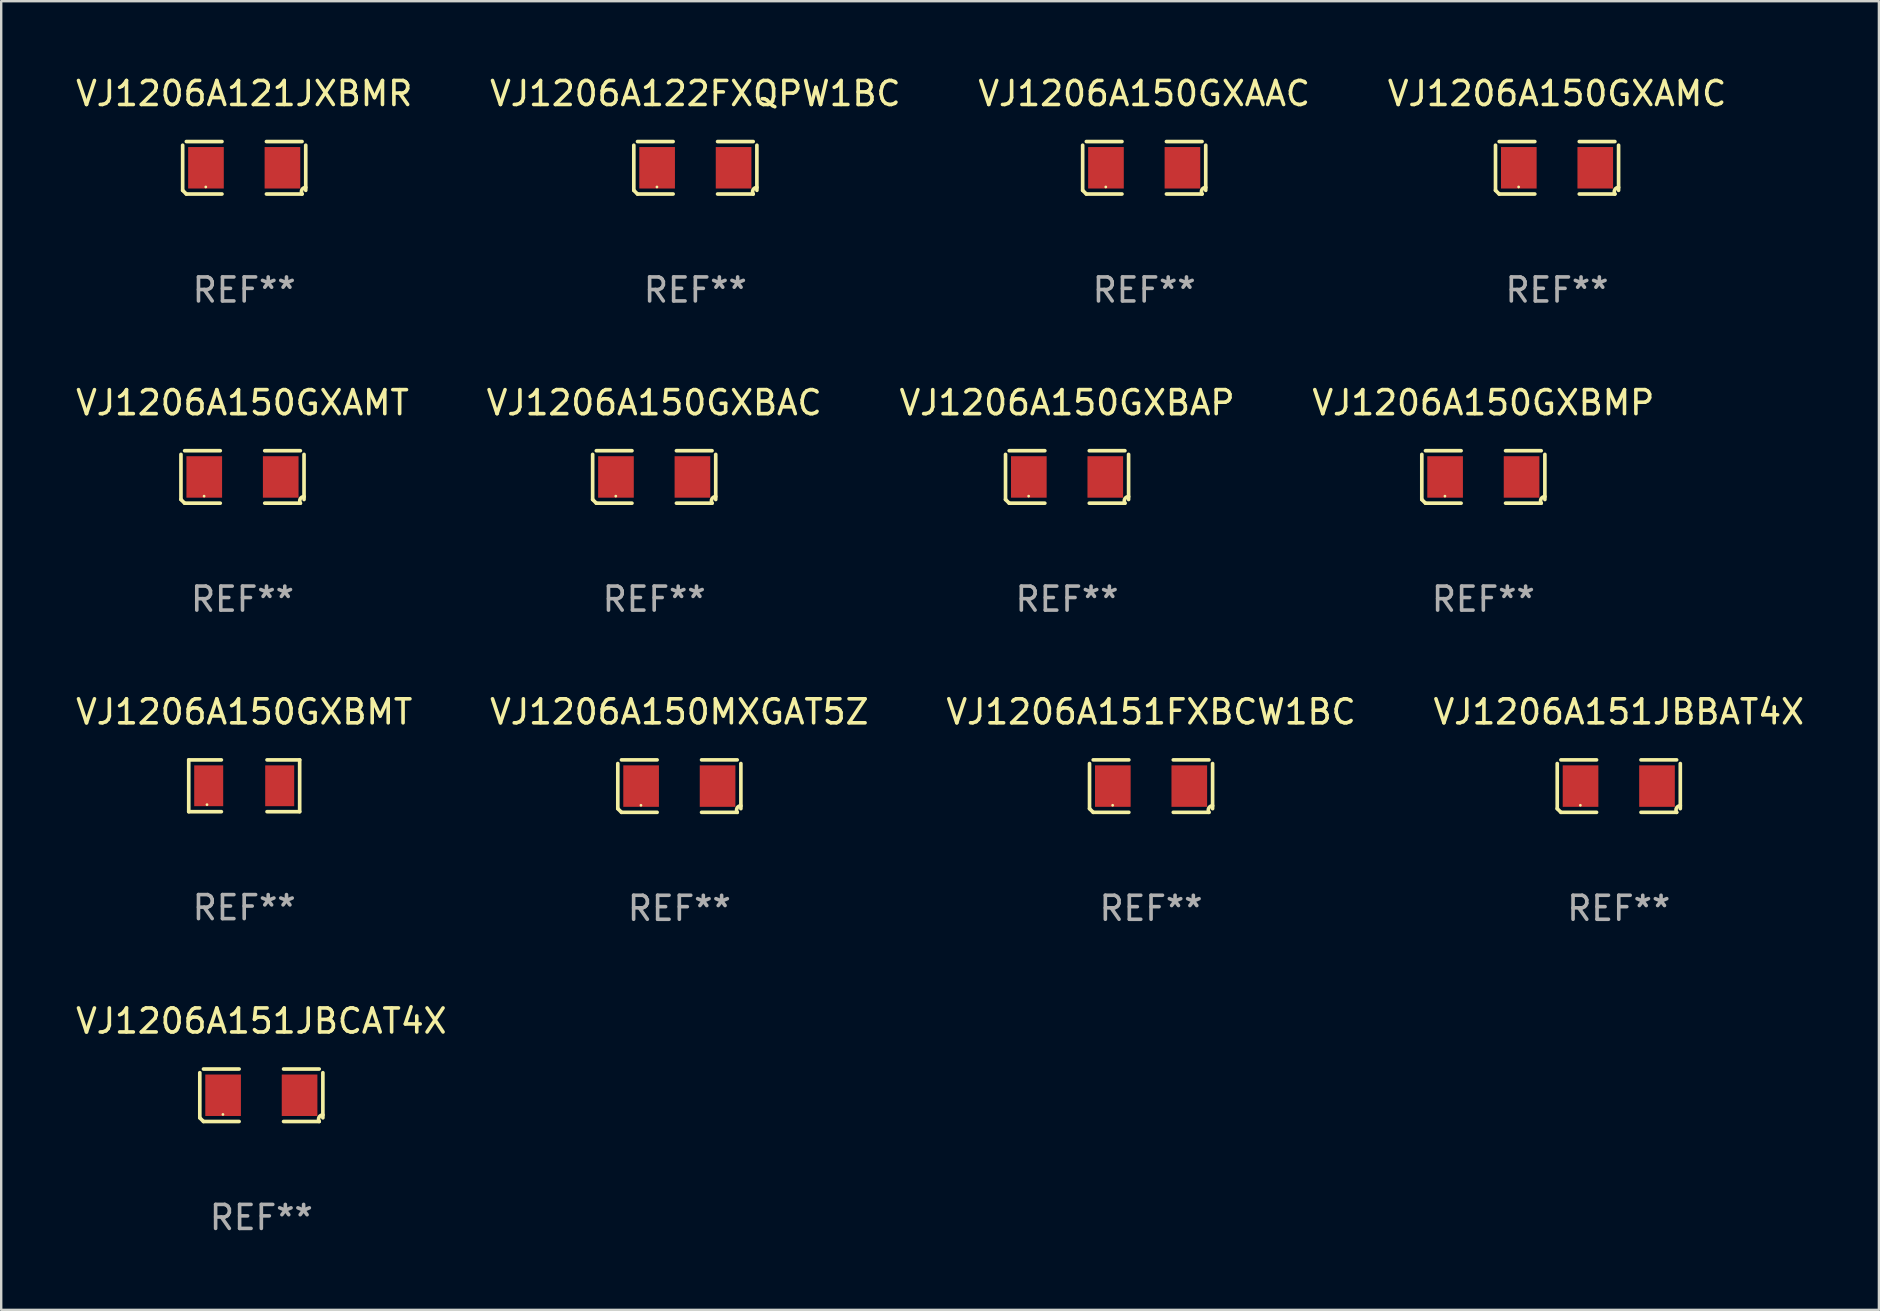
<source format=kicad_pcb>
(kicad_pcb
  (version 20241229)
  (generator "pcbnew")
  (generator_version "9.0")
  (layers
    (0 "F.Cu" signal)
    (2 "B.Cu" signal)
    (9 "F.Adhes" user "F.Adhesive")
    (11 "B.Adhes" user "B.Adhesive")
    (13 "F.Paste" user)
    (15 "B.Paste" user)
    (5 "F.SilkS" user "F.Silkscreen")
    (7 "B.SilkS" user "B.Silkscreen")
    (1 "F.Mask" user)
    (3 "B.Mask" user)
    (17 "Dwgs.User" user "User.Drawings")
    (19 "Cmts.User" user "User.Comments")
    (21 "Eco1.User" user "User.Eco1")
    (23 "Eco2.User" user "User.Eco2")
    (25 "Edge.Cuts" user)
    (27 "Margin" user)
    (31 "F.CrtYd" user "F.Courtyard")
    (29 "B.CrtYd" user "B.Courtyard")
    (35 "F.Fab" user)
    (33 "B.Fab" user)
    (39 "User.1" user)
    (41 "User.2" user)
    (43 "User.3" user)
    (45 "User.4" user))
  (footprint "VJ1206A150GXBMT"
    (layer "F.Cu")
    (at 7.125 29.691)
    (property "Reference" "VJ1206A150GXBMT" (at 0 -3.079 0) (layer "F.SilkS") (effects (font (size 1 1) (thickness 0.15))))
    (attr through_hole)
    (fp_line (start -2.311 -1.079) (end -0.951 -1.079) (stroke (width 0.152) (type solid)) (layer "F.SilkS"))
    (fp_line (start -2.311 1.079) (end -2.311 -1.079) (stroke (width 0.152) (type solid)) (layer "F.SilkS"))
    (fp_line (start -0.951 1.079) (end -2.311 1.079) (stroke (width 0.152) (type solid)) (layer "F.SilkS"))
    (fp_line (start 0.951 1.079) (end 2.311 1.079) (stroke (width 0.152) (type solid)) (layer "F.SilkS"))
    (fp_line (start 2.311 -1.079) (end 0.951 -1.079) (stroke (width 0.152) (type solid)) (layer "F.SilkS"))
    (fp_line (start 2.311 1.079) (end 2.311 -1.079) (stroke (width 0.152) (type solid)) (layer "F.SilkS"))
    (fp_circle (center -1.55 0.787) (end -1.52 0.787) (stroke (width 0.06) (type solid)) (fill no) (layer "F.SilkS"))
    (fp_text user "REF**" (at 0 5.079 0) (layer "F.Fab") (effects (font (size 1 1) (thickness 0.15))))
    (pad "1" smd rect (at -1.479 0) (size 1.208 1.701) (layers "F.Cu" "F.Mask" "F.Paste"))
    (pad "2" smd rect (at 1.479 0) (size 1.208 1.701) (layers "F.Cu" "F.Mask" "F.Paste")))
  (footprint "VJ1206A150GXAMT"
    (layer "F.Cu")
    (at 7.054 16.823)
    (property "Reference" "VJ1206A150GXAMT" (at 0 -3.093 0) (layer "F.SilkS") (effects (font (size 1 1) (thickness 0.15))))
    (attr through_hole)
    (fp_line (start -2.564 0.94) (end -2.564 -0.94) (stroke (width 0.152) (type solid)) (layer "F.SilkS"))
    (fp_line (start -2.411 -1.093) (end -0.926 -1.093) (stroke (width 0.152) (type solid)) (layer "F.SilkS"))
    (fp_line (start -0.926 1.093) (end -2.411 1.093) (stroke (width 0.152) (type solid)) (layer "F.SilkS"))
    (fp_line (start 0.926 1.093) (end 2.411 1.093) (stroke (width 0.152) (type solid)) (layer "F.SilkS"))
    (fp_line (start 2.411 -1.093) (end 0.926 -1.093) (stroke (width 0.152) (type solid)) (layer "F.SilkS"))
    (fp_line (start 2.564 0.94) (end 2.564 -0.94) (stroke (width 0.152) (type solid)) (layer "F.SilkS"))
    (fp_arc (start -2.411201 1.092609) (mid -2.487413 1.01642) (end -2.563602 0.940208) (stroke (width 0.1524) (type solid)) (layer "F.SilkS"))
    (fp_arc (start 2.411201 1.092609) (mid 2.407159 0.911226) (end 2.563602 0.819347) (stroke (width 0.1524) (type solid)) (layer "F.SilkS"))
    (fp_circle (center -1.6 0.8) (end -1.57 0.8) (stroke (width 0.06) (type solid)) (fill no) (layer "F.SilkS"))
    (fp_text user "REF**" (at 0 5.093 0) (layer "F.Fab") (effects (font (size 1 1) (thickness 0.15))))
    (pad "1" smd rect (at -1.593 0) (size 1.485 1.728) (layers "F.Cu" "F.Mask" "F.Paste"))
    (pad "2" smd rect (at 1.593 0) (size 1.485 1.728) (layers "F.Cu" "F.Mask" "F.Paste")))
  (footprint "VJ1206A121JXBMR"
    (layer "F.Cu")
    (at 7.125 3.941)
    (property "Reference" "VJ1206A121JXBMR" (at 0 -3.093 0) (layer "F.SilkS") (effects (font (size 1 1) (thickness 0.15))))
    (attr through_hole)
    (fp_line (start -2.564 0.94) (end -2.564 -0.94) (stroke (width 0.152) (type solid)) (layer "F.SilkS"))
    (fp_line (start -2.411 -1.093) (end -0.926 -1.093) (stroke (width 0.152) (type solid)) (layer "F.SilkS"))
    (fp_line (start -0.926 1.093) (end -2.411 1.093) (stroke (width 0.152) (type solid)) (layer "F.SilkS"))
    (fp_line (start 0.926 1.093) (end 2.411 1.093) (stroke (width 0.152) (type solid)) (layer "F.SilkS"))
    (fp_line (start 2.411 -1.093) (end 0.926 -1.093) (stroke (width 0.152) (type solid)) (layer "F.SilkS"))
    (fp_line (start 2.564 0.94) (end 2.564 -0.94) (stroke (width 0.152) (type solid)) (layer "F.SilkS"))
    (fp_arc (start -2.411201 1.092609) (mid -2.487413 1.01642) (end -2.563602 0.940208) (stroke (width 0.1524) (type solid)) (layer "F.SilkS"))
    (fp_arc (start 2.411201 1.092609) (mid 2.407159 0.911226) (end 2.563602 0.819347) (stroke (width 0.1524) (type solid)) (layer "F.SilkS"))
    (fp_circle (center -1.6 0.8) (end -1.57 0.8) (stroke (width 0.06) (type solid)) (fill no) (layer "F.SilkS"))
    (fp_text user "REF**" (at 0 5.093 0) (layer "F.Fab") (effects (font (size 1 1) (thickness 0.15))))
    (pad "1" smd rect (at -1.593 0) (size 1.485 1.728) (layers "F.Cu" "F.Mask" "F.Paste"))
    (pad "2" smd rect (at 1.593 0) (size 1.485 1.728) (layers "F.Cu" "F.Mask" "F.Paste")))
  (footprint "VJ1206A150GXBAP"
    (layer "F.Cu")
    (at 41.411 16.823)
    (property "Reference" "VJ1206A150GXBAP" (at 0 -3.093 0) (layer "F.SilkS") (effects (font (size 1 1) (thickness 0.15))))
    (attr through_hole)
    (fp_line (start -2.564 0.94) (end -2.564 -0.94) (stroke (width 0.152) (type solid)) (layer "F.SilkS"))
    (fp_line (start -2.411 -1.093) (end -0.926 -1.093) (stroke (width 0.152) (type solid)) (layer "F.SilkS"))
    (fp_line (start -0.926 1.093) (end -2.411 1.093) (stroke (width 0.152) (type solid)) (layer "F.SilkS"))
    (fp_line (start 0.926 1.093) (end 2.411 1.093) (stroke (width 0.152) (type solid)) (layer "F.SilkS"))
    (fp_line (start 2.411 -1.093) (end 0.926 -1.093) (stroke (width 0.152) (type solid)) (layer "F.SilkS"))
    (fp_line (start 2.564 0.94) (end 2.564 -0.94) (stroke (width 0.152) (type solid)) (layer "F.SilkS"))
    (fp_arc (start -2.411201 1.092609) (mid -2.487413 1.01642) (end -2.563602 0.940208) (stroke (width 0.1524) (type solid)) (layer "F.SilkS"))
    (fp_arc (start 2.411201 1.092609) (mid 2.407159 0.911226) (end 2.563602 0.819347) (stroke (width 0.1524) (type solid)) (layer "F.SilkS"))
    (fp_circle (center -1.6 0.8) (end -1.57 0.8) (stroke (width 0.06) (type solid)) (fill no) (layer "F.SilkS"))
    (fp_text user "REF**" (at 0 5.093 0) (layer "F.Fab") (effects (font (size 1 1) (thickness 0.15))))
    (pad "1" smd rect (at -1.593 0) (size 1.485 1.728) (layers "F.Cu" "F.Mask" "F.Paste"))
    (pad "2" smd rect (at 1.593 0) (size 1.485 1.728) (layers "F.Cu" "F.Mask" "F.Paste")))
  (footprint "VJ1206A150GXBAC"
    (layer "F.Cu")
    (at 24.208 16.823)
    (property "Reference" "VJ1206A150GXBAC" (at 0 -3.093 0) (layer "F.SilkS") (effects (font (size 1 1) (thickness 0.15))))
    (attr through_hole)
    (fp_line (start -2.564 0.94) (end -2.564 -0.94) (stroke (width 0.152) (type solid)) (layer "F.SilkS"))
    (fp_line (start -2.411 -1.093) (end -0.926 -1.093) (stroke (width 0.152) (type solid)) (layer "F.SilkS"))
    (fp_line (start -0.926 1.093) (end -2.411 1.093) (stroke (width 0.152) (type solid)) (layer "F.SilkS"))
    (fp_line (start 0.926 1.093) (end 2.411 1.093) (stroke (width 0.152) (type solid)) (layer "F.SilkS"))
    (fp_line (start 2.411 -1.093) (end 0.926 -1.093) (stroke (width 0.152) (type solid)) (layer "F.SilkS"))
    (fp_line (start 2.564 0.94) (end 2.564 -0.94) (stroke (width 0.152) (type solid)) (layer "F.SilkS"))
    (fp_arc (start -2.411201 1.092609) (mid -2.487413 1.01642) (end -2.563602 0.940208) (stroke (width 0.1524) (type solid)) (layer "F.SilkS"))
    (fp_arc (start 2.411201 1.092609) (mid 2.407159 0.911226) (end 2.563602 0.819347) (stroke (width 0.1524) (type solid)) (layer "F.SilkS"))
    (fp_circle (center -1.6 0.8) (end -1.57 0.8) (stroke (width 0.06) (type solid)) (fill no) (layer "F.SilkS"))
    (fp_text user "REF**" (at 0 5.093 0) (layer "F.Fab") (effects (font (size 1 1) (thickness 0.15))))
    (pad "1" smd rect (at -1.593 0) (size 1.485 1.728) (layers "F.Cu" "F.Mask" "F.Paste"))
    (pad "2" smd rect (at 1.593 0) (size 1.485 1.728) (layers "F.Cu" "F.Mask" "F.Paste")))
  (footprint "VJ1206A150GXBMP"
    (layer "F.Cu")
    (at 58.756 16.823)
    (property "Reference" "VJ1206A150GXBMP" (at 0 -3.093 0) (layer "F.SilkS") (effects (font (size 1 1) (thickness 0.15))))
    (attr through_hole)
    (fp_line (start -2.564 0.94) (end -2.564 -0.94) (stroke (width 0.152) (type solid)) (layer "F.SilkS"))
    (fp_line (start -2.411 -1.093) (end -0.926 -1.093) (stroke (width 0.152) (type solid)) (layer "F.SilkS"))
    (fp_line (start -0.926 1.093) (end -2.411 1.093) (stroke (width 0.152) (type solid)) (layer "F.SilkS"))
    (fp_line (start 0.926 1.093) (end 2.411 1.093) (stroke (width 0.152) (type solid)) (layer "F.SilkS"))
    (fp_line (start 2.411 -1.093) (end 0.926 -1.093) (stroke (width 0.152) (type solid)) (layer "F.SilkS"))
    (fp_line (start 2.564 0.94) (end 2.564 -0.94) (stroke (width 0.152) (type solid)) (layer "F.SilkS"))
    (fp_arc (start -2.411201 1.092609) (mid -2.487413 1.01642) (end -2.563602 0.940208) (stroke (width 0.1524) (type solid)) (layer "F.SilkS"))
    (fp_arc (start 2.411201 1.092609) (mid 2.407159 0.911226) (end 2.563602 0.819347) (stroke (width 0.1524) (type solid)) (layer "F.SilkS"))
    (fp_circle (center -1.6 0.8) (end -1.57 0.8) (stroke (width 0.06) (type solid)) (fill no) (layer "F.SilkS"))
    (fp_text user "REF**" (at 0 5.093 0) (layer "F.Fab") (effects (font (size 1 1) (thickness 0.15))))
    (pad "1" smd rect (at -1.593 0) (size 1.485 1.728) (layers "F.Cu" "F.Mask" "F.Paste"))
    (pad "2" smd rect (at 1.593 0) (size 1.485 1.728) (layers "F.Cu" "F.Mask" "F.Paste")))
  (footprint "VJ1206A150GXAAC"
    (layer "F.Cu")
    (at 44.625 3.941)
    (property "Reference" "VJ1206A150GXAAC" (at 0 -3.093 0) (layer "F.SilkS") (effects (font (size 1 1) (thickness 0.15))))
    (attr through_hole)
    (fp_line (start -2.564 0.94) (end -2.564 -0.94) (stroke (width 0.152) (type solid)) (layer "F.SilkS"))
    (fp_line (start -2.411 -1.093) (end -0.926 -1.093) (stroke (width 0.152) (type solid)) (layer "F.SilkS"))
    (fp_line (start -0.926 1.093) (end -2.411 1.093) (stroke (width 0.152) (type solid)) (layer "F.SilkS"))
    (fp_line (start 0.926 1.093) (end 2.411 1.093) (stroke (width 0.152) (type solid)) (layer "F.SilkS"))
    (fp_line (start 2.411 -1.093) (end 0.926 -1.093) (stroke (width 0.152) (type solid)) (layer "F.SilkS"))
    (fp_line (start 2.564 0.94) (end 2.564 -0.94) (stroke (width 0.152) (type solid)) (layer "F.SilkS"))
    (fp_arc (start -2.411201 1.092609) (mid -2.487413 1.01642) (end -2.563602 0.940208) (stroke (width 0.1524) (type solid)) (layer "F.SilkS"))
    (fp_arc (start 2.411201 1.092609) (mid 2.407159 0.911226) (end 2.563602 0.819347) (stroke (width 0.1524) (type solid)) (layer "F.SilkS"))
    (fp_circle (center -1.6 0.8) (end -1.57 0.8) (stroke (width 0.06) (type solid)) (fill no) (layer "F.SilkS"))
    (fp_text user "REF**" (at 0 5.093 0) (layer "F.Fab") (effects (font (size 1 1) (thickness 0.15))))
    (pad "1" smd rect (at -1.593 0) (size 1.485 1.728) (layers "F.Cu" "F.Mask" "F.Paste"))
    (pad "2" smd rect (at 1.593 0) (size 1.485 1.728) (layers "F.Cu" "F.Mask" "F.Paste")))
  (footprint "VJ1206A150GXAMC"
    (layer "F.Cu")
    (at 61.827 3.941)
    (property "Reference" "VJ1206A150GXAMC" (at 0 -3.093 0) (layer "F.SilkS") (effects (font (size 1 1) (thickness 0.15))))
    (attr through_hole)
    (fp_line (start -2.564 0.94) (end -2.564 -0.94) (stroke (width 0.152) (type solid)) (layer "F.SilkS"))
    (fp_line (start -2.411 -1.093) (end -0.926 -1.093) (stroke (width 0.152) (type solid)) (layer "F.SilkS"))
    (fp_line (start -0.926 1.093) (end -2.411 1.093) (stroke (width 0.152) (type solid)) (layer "F.SilkS"))
    (fp_line (start 0.926 1.093) (end 2.411 1.093) (stroke (width 0.152) (type solid)) (layer "F.SilkS"))
    (fp_line (start 2.411 -1.093) (end 0.926 -1.093) (stroke (width 0.152) (type solid)) (layer "F.SilkS"))
    (fp_line (start 2.564 0.94) (end 2.564 -0.94) (stroke (width 0.152) (type solid)) (layer "F.SilkS"))
    (fp_arc (start -2.411201 1.092609) (mid -2.487413 1.01642) (end -2.563602 0.940208) (stroke (width 0.1524) (type solid)) (layer "F.SilkS"))
    (fp_arc (start 2.411201 1.092609) (mid 2.407159 0.911226) (end 2.563602 0.819347) (stroke (width 0.1524) (type solid)) (layer "F.SilkS"))
    (fp_circle (center -1.6 0.8) (end -1.57 0.8) (stroke (width 0.06) (type solid)) (fill no) (layer "F.SilkS"))
    (fp_text user "REF**" (at 0 5.093 0) (layer "F.Fab") (effects (font (size 1 1) (thickness 0.15))))
    (pad "1" smd rect (at -1.593 0) (size 1.485 1.728) (layers "F.Cu" "F.Mask" "F.Paste"))
    (pad "2" smd rect (at 1.593 0) (size 1.485 1.728) (layers "F.Cu" "F.Mask" "F.Paste")))
  (footprint "VJ1206A151JBCAT4X"
    (layer "F.Cu")
    (at 7.839 42.586)
    (property "Reference" "VJ1206A151JBCAT4X" (at 0 -3.093 0) (layer "F.SilkS") (effects (font (size 1 1) (thickness 0.15))))
    (attr through_hole)
    (fp_line (start -2.564 0.94) (end -2.564 -0.94) (stroke (width 0.152) (type solid)) (layer "F.SilkS"))
    (fp_line (start -2.411 -1.093) (end -0.926 -1.093) (stroke (width 0.152) (type solid)) (layer "F.SilkS"))
    (fp_line (start -0.926 1.093) (end -2.411 1.093) (stroke (width 0.152) (type solid)) (layer "F.SilkS"))
    (fp_line (start 0.926 1.093) (end 2.411 1.093) (stroke (width 0.152) (type solid)) (layer "F.SilkS"))
    (fp_line (start 2.411 -1.093) (end 0.926 -1.093) (stroke (width 0.152) (type solid)) (layer "F.SilkS"))
    (fp_line (start 2.564 0.94) (end 2.564 -0.94) (stroke (width 0.152) (type solid)) (layer "F.SilkS"))
    (fp_arc (start -2.411201 1.092609) (mid -2.487413 1.01642) (end -2.563602 0.940208) (stroke (width 0.1524) (type solid)) (layer "F.SilkS"))
    (fp_arc (start 2.411201 1.092609) (mid 2.407159 0.911226) (end 2.563602 0.819347) (stroke (width 0.1524) (type solid)) (layer "F.SilkS"))
    (fp_circle (center -1.6 0.8) (end -1.57 0.8) (stroke (width 0.06) (type solid)) (fill no) (layer "F.SilkS"))
    (fp_text user "REF**" (at 0 5.093 0) (layer "F.Fab") (effects (font (size 1 1) (thickness 0.15))))
    (pad "1" smd rect (at -1.593 0) (size 1.485 1.728) (layers "F.Cu" "F.Mask" "F.Paste"))
    (pad "2" smd rect (at 1.593 0) (size 1.485 1.728) (layers "F.Cu" "F.Mask" "F.Paste")))
  (footprint "VJ1206A151JBBAT4X"
    (layer "F.Cu")
    (at 64.399 29.704)
    (property "Reference" "VJ1206A151JBBAT4X" (at 0 -3.093 0) (layer "F.SilkS") (effects (font (size 1 1) (thickness 0.15))))
    (attr through_hole)
    (fp_line (start -2.564 0.94) (end -2.564 -0.94) (stroke (width 0.152) (type solid)) (layer "F.SilkS"))
    (fp_line (start -2.411 -1.093) (end -0.926 -1.093) (stroke (width 0.152) (type solid)) (layer "F.SilkS"))
    (fp_line (start -0.926 1.093) (end -2.411 1.093) (stroke (width 0.152) (type solid)) (layer "F.SilkS"))
    (fp_line (start 0.926 1.093) (end 2.411 1.093) (stroke (width 0.152) (type solid)) (layer "F.SilkS"))
    (fp_line (start 2.411 -1.093) (end 0.926 -1.093) (stroke (width 0.152) (type solid)) (layer "F.SilkS"))
    (fp_line (start 2.564 0.94) (end 2.564 -0.94) (stroke (width 0.152) (type solid)) (layer "F.SilkS"))
    (fp_arc (start -2.411201 1.092609) (mid -2.487413 1.01642) (end -2.563602 0.940208) (stroke (width 0.1524) (type solid)) (layer "F.SilkS"))
    (fp_arc (start 2.411201 1.092609) (mid 2.407159 0.911226) (end 2.563602 0.819347) (stroke (width 0.1524) (type solid)) (layer "F.SilkS"))
    (fp_circle (center -1.6 0.8) (end -1.57 0.8) (stroke (width 0.06) (type solid)) (fill no) (layer "F.SilkS"))
    (fp_text user "REF**" (at 0 5.093 0) (layer "F.Fab") (effects (font (size 1 1) (thickness 0.15))))
    (pad "1" smd rect (at -1.593 0) (size 1.485 1.728) (layers "F.Cu" "F.Mask" "F.Paste"))
    (pad "2" smd rect (at 1.593 0) (size 1.485 1.728) (layers "F.Cu" "F.Mask" "F.Paste")))
  (footprint "VJ1206A122FXQPW1BC"
    (layer "F.Cu")
    (at 25.923 3.941)
    (property "Reference" "VJ1206A122FXQPW1BC" (at 0 -3.093 0) (layer "F.SilkS") (effects (font (size 1 1) (thickness 0.15))))
    (attr through_hole)
    (fp_line (start -2.564 0.94) (end -2.564 -0.94) (stroke (width 0.152) (type solid)) (layer "F.SilkS"))
    (fp_line (start -2.411 -1.093) (end -0.926 -1.093) (stroke (width 0.152) (type solid)) (layer "F.SilkS"))
    (fp_line (start -0.926 1.093) (end -2.411 1.093) (stroke (width 0.152) (type solid)) (layer "F.SilkS"))
    (fp_line (start 0.926 1.093) (end 2.411 1.093) (stroke (width 0.152) (type solid)) (layer "F.SilkS"))
    (fp_line (start 2.411 -1.093) (end 0.926 -1.093) (stroke (width 0.152) (type solid)) (layer "F.SilkS"))
    (fp_line (start 2.564 0.94) (end 2.564 -0.94) (stroke (width 0.152) (type solid)) (layer "F.SilkS"))
    (fp_arc (start -2.411201 1.092609) (mid -2.487413 1.01642) (end -2.563602 0.940208) (stroke (width 0.1524) (type solid)) (layer "F.SilkS"))
    (fp_arc (start 2.411201 1.092609) (mid 2.407159 0.911226) (end 2.563602 0.819347) (stroke (width 0.1524) (type solid)) (layer "F.SilkS"))
    (fp_circle (center -1.6 0.8) (end -1.57 0.8) (stroke (width 0.06) (type solid)) (fill no) (layer "F.SilkS"))
    (fp_text user "REF**" (at 0 5.093 0) (layer "F.Fab") (effects (font (size 1 1) (thickness 0.15))))
    (pad "1" smd rect (at -1.593 0) (size 1.485 1.728) (layers "F.Cu" "F.Mask" "F.Paste"))
    (pad "2" smd rect (at 1.593 0) (size 1.485 1.728) (layers "F.Cu" "F.Mask" "F.Paste")))
  (footprint "VJ1206A151FXBCW1BC"
    (layer "F.Cu")
    (at 44.911 29.704)
    (property "Reference" "VJ1206A151FXBCW1BC" (at 0 -3.093 0) (layer "F.SilkS") (effects (font (size 1 1) (thickness 0.15))))
    (attr through_hole)
    (fp_line (start -2.564 0.94) (end -2.564 -0.94) (stroke (width 0.152) (type solid)) (layer "F.SilkS"))
    (fp_line (start -2.411 -1.093) (end -0.926 -1.093) (stroke (width 0.152) (type solid)) (layer "F.SilkS"))
    (fp_line (start -0.926 1.093) (end -2.411 1.093) (stroke (width 0.152) (type solid)) (layer "F.SilkS"))
    (fp_line (start 0.926 1.093) (end 2.411 1.093) (stroke (width 0.152) (type solid)) (layer "F.SilkS"))
    (fp_line (start 2.411 -1.093) (end 0.926 -1.093) (stroke (width 0.152) (type solid)) (layer "F.SilkS"))
    (fp_line (start 2.564 0.94) (end 2.564 -0.94) (stroke (width 0.152) (type solid)) (layer "F.SilkS"))
    (fp_arc (start -2.411201 1.092609) (mid -2.487413 1.01642) (end -2.563602 0.940208) (stroke (width 0.1524) (type solid)) (layer "F.SilkS"))
    (fp_arc (start 2.411201 1.092609) (mid 2.407159 0.911226) (end 2.563602 0.819347) (stroke (width 0.1524) (type solid)) (layer "F.SilkS"))
    (fp_circle (center -1.6 0.8) (end -1.57 0.8) (stroke (width 0.06) (type solid)) (fill no) (layer "F.SilkS"))
    (fp_text user "REF**" (at 0 5.093 0) (layer "F.Fab") (effects (font (size 1 1) (thickness 0.15))))
    (pad "1" smd rect (at -1.593 0) (size 1.485 1.728) (layers "F.Cu" "F.Mask" "F.Paste"))
    (pad "2" smd rect (at 1.593 0) (size 1.485 1.728) (layers "F.Cu" "F.Mask" "F.Paste")))
  (footprint "VJ1206A150MXGAT5Z"
    (layer "F.Cu")
    (at 25.256 29.704)
    (property "Reference" "VJ1206A150MXGAT5Z" (at 0 -3.093 0) (layer "F.SilkS") (effects (font (size 1 1) (thickness 0.15))))
    (attr through_hole)
    (fp_line (start -2.564 0.94) (end -2.564 -0.94) (stroke (width 0.152) (type solid)) (layer "F.SilkS"))
    (fp_line (start -2.411 -1.093) (end -0.926 -1.093) (stroke (width 0.152) (type solid)) (layer "F.SilkS"))
    (fp_line (start -0.926 1.093) (end -2.411 1.093) (stroke (width 0.152) (type solid)) (layer "F.SilkS"))
    (fp_line (start 0.926 1.093) (end 2.411 1.093) (stroke (width 0.152) (type solid)) (layer "F.SilkS"))
    (fp_line (start 2.411 -1.093) (end 0.926 -1.093) (stroke (width 0.152) (type solid)) (layer "F.SilkS"))
    (fp_line (start 2.564 0.94) (end 2.564 -0.94) (stroke (width 0.152) (type solid)) (layer "F.SilkS"))
    (fp_arc (start -2.411201 1.092609) (mid -2.487413 1.01642) (end -2.563602 0.940208) (stroke (width 0.1524) (type solid)) (layer "F.SilkS"))
    (fp_arc (start 2.411201 1.092609) (mid 2.407159 0.911226) (end 2.563602 0.819347) (stroke (width 0.1524) (type solid)) (layer "F.SilkS"))
    (fp_circle (center -1.6 0.8) (end -1.57 0.8) (stroke (width 0.06) (type solid)) (fill no) (layer "F.SilkS"))
    (fp_text user "REF**" (at 0 5.093 0) (layer "F.Fab") (effects (font (size 1 1) (thickness 0.15))))
    (pad "1" smd rect (at -1.593 0) (size 1.485 1.728) (layers "F.Cu" "F.Mask" "F.Paste"))
    (pad "2" smd rect (at 1.593 0) (size 1.485 1.728) (layers "F.Cu" "F.Mask" "F.Paste")))
  (gr_rect
    (start -3 -3)
    (end 75.238 51.527)
    (stroke (width 0.1) (type default))
    (fill no)
    (layer "Edge.Cuts")))
</source>
